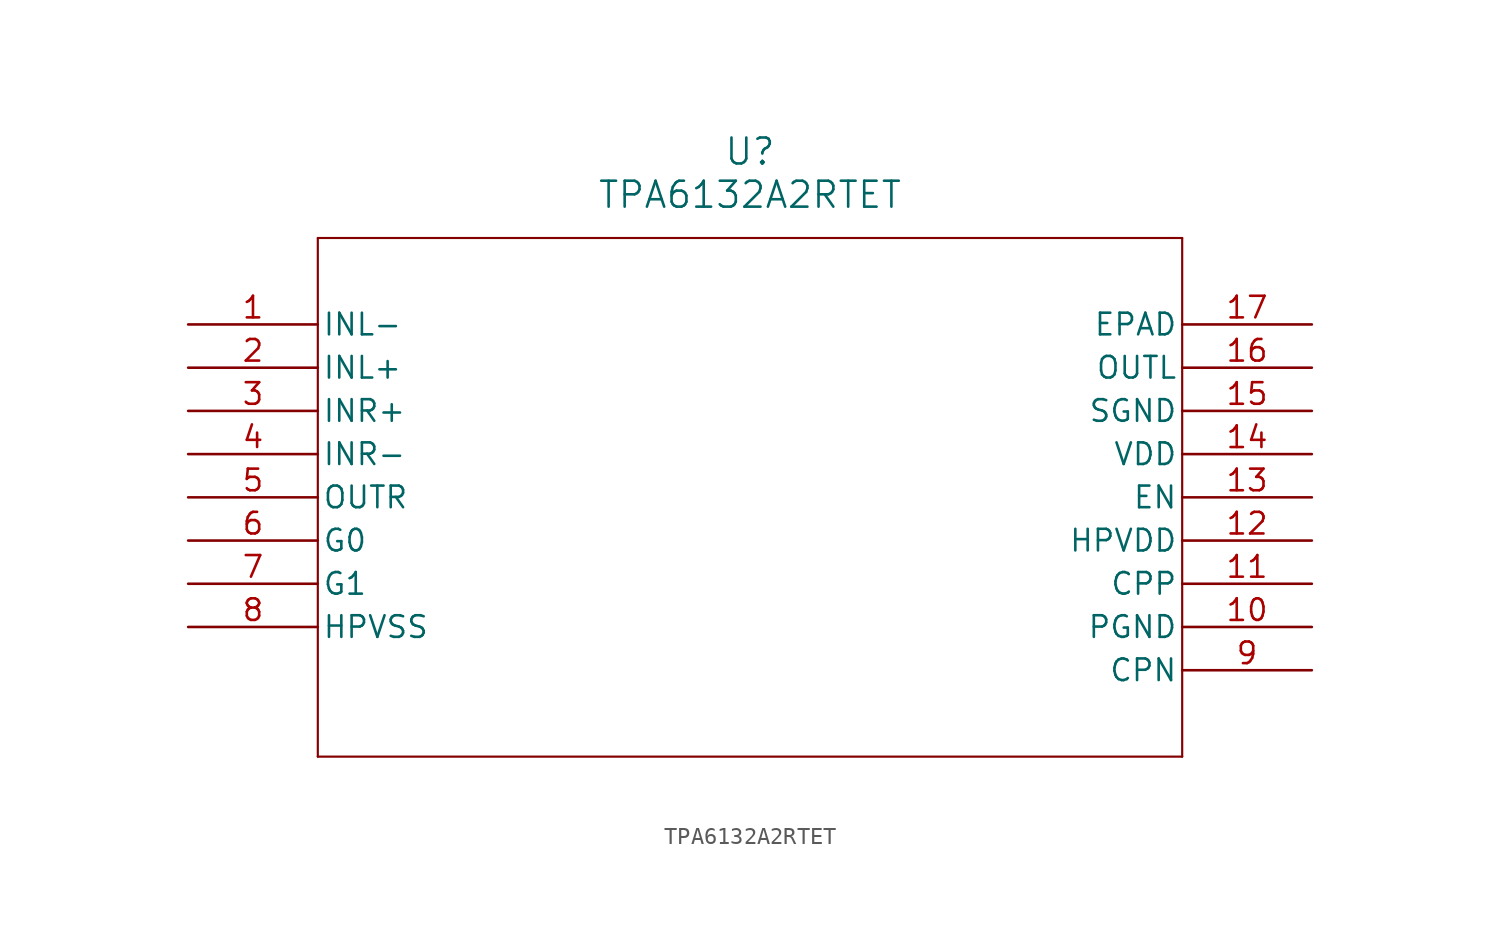
<source format=kicad_sym>
(kicad_symbol_lib
  (version 20211014)
  (generator kicad_symbol_editor)
  (symbol "TPA6132A2RTET"
    (pin_names
      (offset 0.254))
    (property "Reference" "U"
      (at 33.02 10.16 0)
      (effects (font (size 1.524 1.524))))
    (property "Value" "TPA6132A2RTET"
      (at 33.02 7.62 0)
      (effects (font (size 1.524 1.524))))
    (symbol "TPA6132A2RTET_0_1"
      (polyline (pts (xy 7.62 5.08) (xy 7.62 -25.4)) (stroke (width 0.127) (type default) (color 0 0 0 0)) (fill (type none)))
      (polyline (pts (xy 7.62 -25.4) (xy 58.42 -25.4)) (stroke (width 0.127) (type default) (color 0 0 0 0)) (fill (type none)))
      (polyline (pts (xy 58.42 -25.4) (xy 58.42 5.08)) (stroke (width 0.127) (type default) (color 0 0 0 0)) (fill (type none)))
      (polyline (pts (xy 58.42 5.08) (xy 7.62 5.08)) (stroke (width 0.127) (type default) (color 0 0 0 0)) (fill (type none)))
      (pin input line (at 0 0 0) (length 7.62) (name "INL-" (effects (font (size 1.27 1.27)))) (number "1" (effects (font (size 1.27 1.27)))))
      (pin input line (at 0 -2.54 0) (length 7.62) (name "INL+" (effects (font (size 1.27 1.27)))) (number "2" (effects (font (size 1.27 1.27)))))
      (pin input line (at 0 -5.08 0) (length 7.62) (name "INR+" (effects (font (size 1.27 1.27)))) (number "3" (effects (font (size 1.27 1.27)))))
      (pin input line (at 0 -7.62 0) (length 7.62) (name "INR-" (effects (font (size 1.27 1.27)))) (number "4" (effects (font (size 1.27 1.27)))))
      (pin output line (at 0 -10.16 0) (length 7.62) (name "OUTR" (effects (font (size 1.27 1.27)))) (number "5" (effects (font (size 1.27 1.27)))))
      (pin input line (at 0 -12.7 0) (length 7.62) (name "G0" (effects (font (size 1.27 1.27)))) (number "6" (effects (font (size 1.27 1.27)))))
      (pin input line (at 0 -15.24 0) (length 7.62) (name "G1" (effects (font (size 1.27 1.27)))) (number "7" (effects (font (size 1.27 1.27)))))
      (pin power_in line (at 0 -17.78 0) (length 7.62) (name "HPVSS" (effects (font (size 1.27 1.27)))) (number "8" (effects (font (size 1.27 1.27)))))
      (pin power_in line (at 66.04 -20.32 180) (length 7.62) (name "CPN" (effects (font (size 1.27 1.27)))) (number "9" (effects (font (size 1.27 1.27)))))
      (pin power_in line (at 66.04 -17.78 180) (length 7.62) (name "PGND" (effects (font (size 1.27 1.27)))) (number "10" (effects (font (size 1.27 1.27)))))
      (pin power_in line (at 66.04 -15.24 180) (length 7.62) (name "CPP" (effects (font (size 1.27 1.27)))) (number "11" (effects (font (size 1.27 1.27)))))
      (pin power_in line (at 66.04 -12.7 180) (length 7.62) (name "HPVDD" (effects (font (size 1.27 1.27)))) (number "12" (effects (font (size 1.27 1.27)))))
      (pin input line (at 66.04 -10.16 180) (length 7.62) (name "EN" (effects (font (size 1.27 1.27)))) (number "13" (effects (font (size 1.27 1.27)))))
      (pin power_in line (at 66.04 -7.62 180) (length 7.62) (name "VDD" (effects (font (size 1.27 1.27)))) (number "14" (effects (font (size 1.27 1.27)))))
      (pin power_in line (at 66.04 -5.08 180) (length 7.62) (name "SGND" (effects (font (size 1.27 1.27)))) (number "15" (effects (font (size 1.27 1.27)))))
      (pin output line (at 66.04 -2.54 180) (length 7.62) (name "OUTL" (effects (font (size 1.27 1.27)))) (number "16" (effects (font (size 1.27 1.27)))))
      (pin unspecified line (at 66.04 0 180) (length 7.62) (name "EPAD" (effects (font (size 1.27 1.27)))) (number "17" (effects (font (size 1.27 1.27))))))))
</source>
